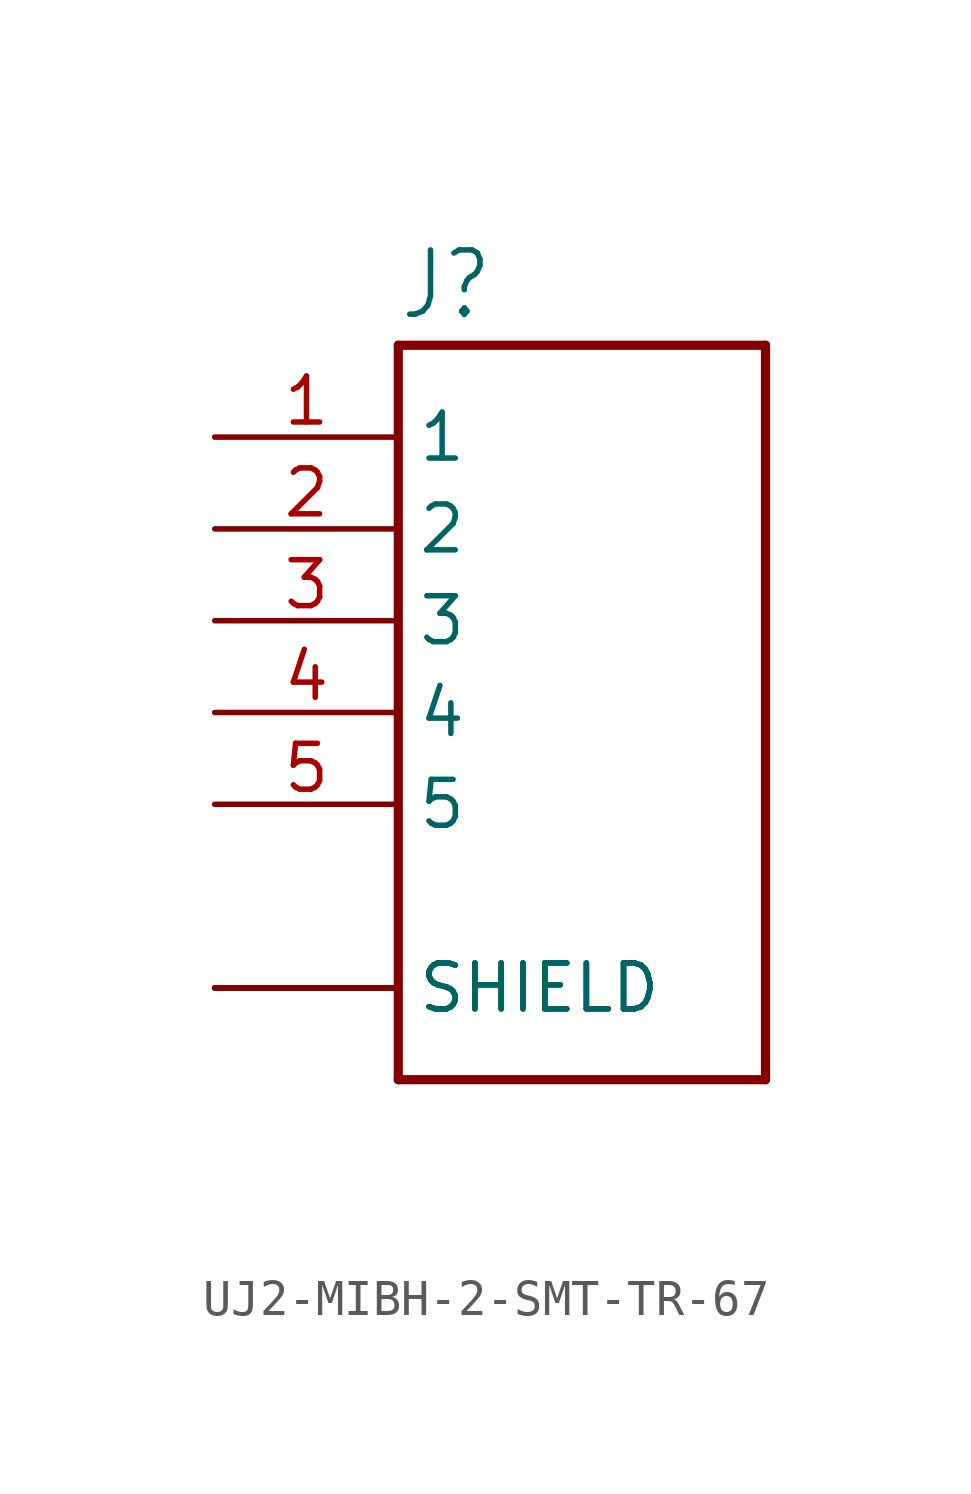
<source format=kicad_sym>
(kicad_symbol_lib
  (version 20231120)
  (generator "kicad_symbol_editor")
  (generator_version "8.0")
  (symbol "UJ2-MIBH-2-SMT-TR-67"
    (property "Reference" "J"
      (at -5.08 10.795 0)
      (effects (font (size 1.778 1.511)) (justify left bottom)))
    (property "Value" ""
      (at -5.08 -12.7 0)
      (effects (font (size 1.778 1.511)) (justify left bottom)))
    (property "ki_locked" ""
      (at 0 0 0)
      (effects (font (size 1.27 1.27))))
    (symbol "UJ2-MIBH-2-SMT-TR-67_1_0"
      (polyline (pts (xy -5.08 -10.16) (xy -5.08 10.16)) (stroke (width 0.254) (type solid)) (fill (type none)))
      (polyline (pts (xy -5.08 10.16) (xy 5.08 10.16)) (stroke (width 0.254) (type solid)) (fill (type none)))
      (polyline (pts (xy 5.08 -10.16) (xy -5.08 -10.16)) (stroke (width 0.254) (type solid)) (fill (type none)))
      (polyline (pts (xy 5.08 10.16) (xy 5.08 -10.16)) (stroke (width 0.254) (type solid)) (fill (type none)))
      (pin passive line (at -10.16 7.62 0) (length 5.08) (name "1" (effects (font (size 1.27 1.27)))) (number "1" (effects (font (size 1.27 1.27)))))
      (pin passive line (at -10.16 5.08 0) (length 5.08) (name "2" (effects (font (size 1.27 1.27)))) (number "2" (effects (font (size 1.27 1.27)))))
      (pin passive line (at -10.16 2.54 0) (length 5.08) (name "3" (effects (font (size 1.27 1.27)))) (number "3" (effects (font (size 1.27 1.27)))))
      (pin passive line (at -10.16 0 0) (length 5.08) (name "4" (effects (font (size 1.27 1.27)))) (number "4" (effects (font (size 1.27 1.27)))))
      (pin passive line (at -10.16 -2.54 0) (length 5.08) (name "5" (effects (font (size 1.27 1.27)))) (number "5" (effects (font (size 1.27 1.27)))))
      (pin passive line (at -10.16 -7.62 0) (length 5.08) (name "SHIELD" (effects (font (size 1.27 1.27)))) (number "S1" (effects (font (size 0 0)))))
      (pin passive line (at -10.16 -7.62 0) (length 5.08) (name "SHIELD" (effects (font (size 1.27 1.27)))) (number "S2" (effects (font (size 0 0)))))
      (pin passive line (at -10.16 -7.62 0) (length 5.08) (name "SHIELD" (effects (font (size 1.27 1.27)))) (number "S3" (effects (font (size 0 0))))))))
</source>
